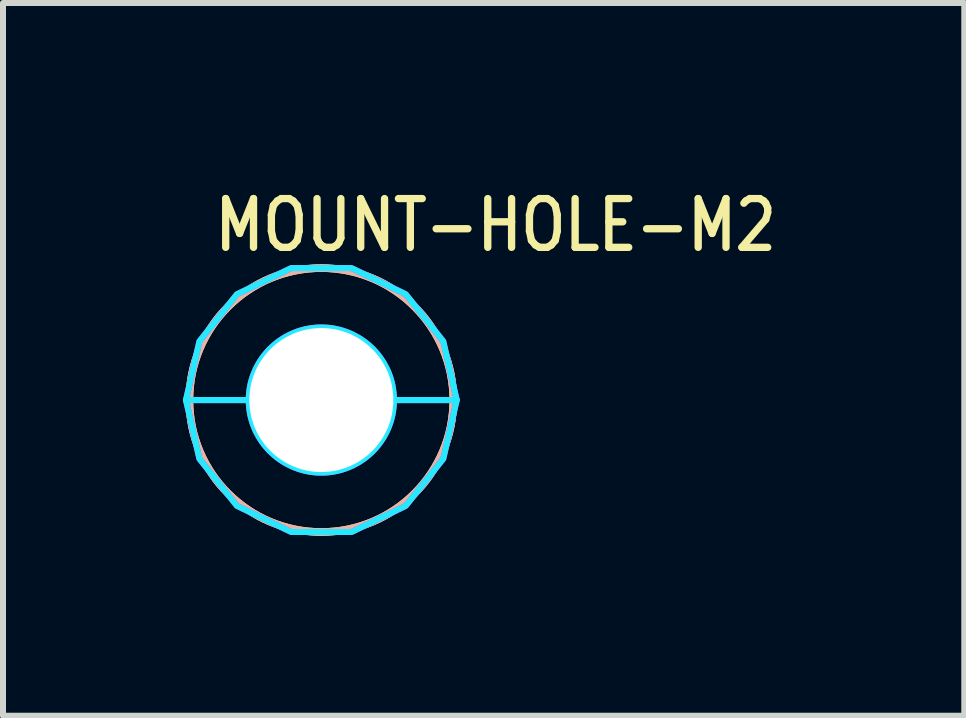
<source format=kicad_pcb>
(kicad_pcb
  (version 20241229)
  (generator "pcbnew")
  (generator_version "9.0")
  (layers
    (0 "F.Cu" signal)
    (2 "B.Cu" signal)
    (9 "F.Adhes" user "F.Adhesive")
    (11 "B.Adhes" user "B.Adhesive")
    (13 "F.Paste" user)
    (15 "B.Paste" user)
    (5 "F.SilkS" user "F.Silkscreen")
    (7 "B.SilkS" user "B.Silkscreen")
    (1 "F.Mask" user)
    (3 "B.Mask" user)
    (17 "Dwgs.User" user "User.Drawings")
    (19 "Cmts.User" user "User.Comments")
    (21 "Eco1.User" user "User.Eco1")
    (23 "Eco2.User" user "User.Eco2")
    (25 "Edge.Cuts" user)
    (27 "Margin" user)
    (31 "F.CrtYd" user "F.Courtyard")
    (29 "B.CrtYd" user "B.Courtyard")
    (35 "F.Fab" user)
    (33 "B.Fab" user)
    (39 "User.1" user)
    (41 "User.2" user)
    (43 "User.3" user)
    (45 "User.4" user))
  (footprint "MOUNT-HOLE-M2"
    (layer "F.Cu")
    (at 2.307 3.619)
    (property "Reference" "MOUNT-HOLE-M2" (at -1.84 -2.44 0) (unlocked yes) (layer "F.SilkS") (effects (font (size 0.813 0.695) (thickness 0.122)) (justify left bottom)))
    (fp_circle (center 0 0) (end 2.1 0) (stroke (width 0) (type solid)) (fill yes) (layer "F.Mask"))
    (fp_circle (center 0 0) (end 2.2 0) (stroke (width 0) (type solid)) (fill yes) (layer "F.Mask"))
    (fp_circle (center 0 0) (end 2.2 0) (stroke (width 0) (type solid)) (fill yes) (layer "F.Mask"))
    (fp_circle (center 0 0) (end 2.1 0) (stroke (width 0) (type solid)) (fill yes) (layer "B.Mask"))
    (fp_circle (center 0 0) (end 2.2 0) (stroke (width 0) (type solid)) (fill yes) (layer "B.Mask"))
    (fp_circle (center 0 0) (end 2.2 0) (stroke (width 0.127) (type solid)) (fill no) (layer "F.SilkS"))
    (fp_circle (center 0 0) (end 2.2 0) (stroke (width 0.127) (type solid)) (fill no) (layer "B.SilkS"))
    (fp_poly (pts (xy -2.257 0) (xy -2.033 -0.979) (xy -1.407 -1.764) (xy -0.502 -2.2) (xy 0.502 -2.2) (xy 1.407 -1.764) (xy 2.033 -0.979) (xy 2.257 0) (xy 1.21 0) (xy 1.21 -0.000078) (xy 1.21 -0.019) (xy 1.21 -0.019) (xy 1.209 -0.038) (xy 1.209 -0.038) (xy 1.209 -0.057) (xy 1.209 -0.057) (xy 1.208 -0.076) (xy 1.208 -0.076) (xy 1.206 -0.095) (xy 1.206 -0.095) (xy 1.205 -0.114) (xy 1.205 -0.114) (xy 1.203 -0.133) (xy 1.203 -0.133) (xy 1.2 -0.152) (xy 1.2 -0.152) (xy 1.198 -0.17) (xy 1.198 -0.171) (xy 1.195 -0.189) (xy 1.195 -0.189) (xy 1.192 -0.208) (xy 1.192 -0.208) (xy 1.189 -0.227) (xy 1.189 -0.227) (xy 1.185 -0.245) (xy 1.185 -0.245) (xy 1.181 -0.264) (xy 1.181 -0.264) (xy 1.177 -0.282) (xy 1.177 -0.283) (xy 1.172 -0.301) (xy 1.172 -0.301) (xy 1.167 -0.319) (xy 1.167 -0.319) (xy 1.162 -0.338) (xy 1.162 -0.338) (xy 1.157 -0.356) (xy 1.156 -0.356) (xy 1.151 -0.374) (xy 1.151 -0.374) (xy 1.145 -0.392) (xy 1.145 -0.392) (xy 1.138 -0.41) (xy 1.138 -0.41) (xy 1.132 -0.428) (xy 1.132 -0.428) (xy 1.125 -0.445) (xy 1.125 -0.446) (xy 1.118 -0.463) (xy 1.118 -0.463) (xy 1.111 -0.48) (xy 1.11 -0.481) (xy 1.103 -0.498) (xy 1.103 -0.498) (xy 1.095 -0.515) (xy 1.095 -0.515) (xy 1.087 -0.532) (xy 1.087 -0.532) (xy 1.078 -0.549) (xy 1.078 -0.549) (xy 1.069 -0.566) (xy 1.069 -0.566) (xy 1.06 -0.583) (xy 1.06 -0.583) (xy 1.051 -0.599) (xy 1.051 -0.6) (xy 1.042 -0.616) (xy 1.041 -0.616) (xy 1.032 -0.632) (xy 1.032 -0.632) (xy 1.022 -0.648) (xy 1.022 -0.648) (xy 1.011 -0.664) (xy 1.011 -0.664) (xy 1.001 -0.68) (xy 1.001 -0.68) (xy 0.99 -0.696) (xy 0.99 -0.696) (xy 0.979 -0.711) (xy 0.979 -0.711) (xy 0.968 -0.726) (xy 0.968 -0.727) (xy 0.956 -0.742) (xy 0.956 -0.742) (xy 0.944 -0.756) (xy 0.944 -0.757) (xy 0.932 -0.771) (xy 0.932 -0.771) (xy 0.92 -0.786) (xy 0.92 -0.786) (xy 0.908 -0.8) (xy 0.908 -0.8) (xy 0.895 -0.814) (xy 0.895 -0.814) (xy 0.882 -0.828) (xy 0.882 -0.828) (xy 0.869 -0.842) (xy 0.869 -0.842) (xy 0.856 -0.856) (xy 0.856 -0.856) (xy 0.842 -0.869) (xy 0.842 -0.869) (xy 0.828 -0.882) (xy 0.828 -0.882) (xy 0.814 -0.895) (xy 0.814 -0.895) (xy 0.8 -0.908) (xy 0.8 -0.908) (xy 0.786 -0.92) (xy 0.786 -0.92) (xy 0.771 -0.932) (xy 0.771 -0.932) (xy 0.757 -0.944) (xy 0.756 -0.944) (xy 0.742 -0.956) (xy 0.742 -0.956) (xy 0.727 -0.968) (xy 0.726 -0.968) (xy 0.711 -0.979) (xy 0.711 -0.979) (xy 0.696 -0.99) (xy 0.696 -0.99) (xy 0.68 -1.001) (xy 0.68 -1.001) (xy 0.664 -1.011) (xy 0.664 -1.011) (xy 0.648 -1.022) (xy 0.648 -1.022) (xy 0.632 -1.032) (xy 0.632 -1.032) (xy 0.616 -1.041) (xy 0.616 -1.042) (xy 0.6 -1.051) (xy 0.599 -1.051) (xy 0.583 -1.06) (xy 0.583 -1.06) (xy 0.566 -1.069) (xy 0.566 -1.069) (xy 0.549 -1.078) (xy 0.549 -1.078) (xy 0.532 -1.087) (xy 0.532 -1.087) (xy 0.515 -1.095) (xy 0.515 -1.095) (xy 0.498 -1.103) (xy 0.498 -1.103) (xy 0.481 -1.11) (xy 0.48 -1.111) (xy 0.463 -1.118) (xy 0.463 -1.118) (xy 0.446 -1.125) (xy 0.445 -1.125) (xy 0.428 -1.132) (xy 0.428 -1.132) (xy 0.41 -1.138) (xy 0.41 -1.138) (xy 0.392 -1.145) (xy 0.392 -1.145) (xy 0.374 -1.151) (xy 0.374 -1.151) (xy 0.356 -1.156) (xy 0.356 -1.157) (xy 0.338 -1.162) (xy 0.338 -1.162) (xy 0.319 -1.167) (xy 0.319 -1.167) (xy 0.301 -1.172) (xy 0.301 -1.172) (xy 0.283 -1.177) (xy 0.282 -1.177) (xy 0.264 -1.181) (xy 0.264 -1.181) (xy 0.245 -1.185) (xy 0.245 -1.185) (xy 0.227 -1.189) (xy 0.227 -1.189) (xy 0.208 -1.192) (xy 0.208 -1.192) (xy 0.189 -1.195) (xy 0.189 -1.195) (xy 0.171 -1.198) (xy 0.17 -1.198) (xy 0.152 -1.2) (xy 0.152 -1.2) (xy 0.133 -1.203) (xy 0.133 -1.203) (xy 0.114 -1.205) (xy 0.114 -1.205) (xy 0.095 -1.206) (xy 0.095 -1.206) (xy 0.076 -1.208) (xy 0.076 -1.208) (xy 0.057 -1.209) (xy 0.057 -1.209) (xy 0.038 -1.209) (xy 0.038 -1.209) (xy 0.019 -1.21) (xy 0.019 -1.21) (xy 0.000078 -1.21) (xy -0.000078 -1.21) (xy -0.019 -1.21) (xy -0.019 -1.21) (xy -0.038 -1.209) (xy -0.038 -1.209) (xy -0.057 -1.209) (xy -0.057 -1.209) (xy -0.076 -1.208) (xy -0.076 -1.208) (xy -0.095 -1.206) (xy -0.095 -1.206) (xy -0.114 -1.205) (xy -0.114 -1.205) (xy -0.133 -1.203) (xy -0.133 -1.203) (xy -0.152 -1.2) (xy -0.152 -1.2) (xy -0.17 -1.198) (xy -0.171 -1.198) (xy -0.189 -1.195) (xy -0.189 -1.195) (xy -0.208 -1.192) (xy -0.208 -1.192) (xy -0.227 -1.189) (xy -0.227 -1.189) (xy -0.245 -1.185) (xy -0.245 -1.185) (xy -0.264 -1.181) (xy -0.264 -1.181) (xy -0.282 -1.177) (xy -0.283 -1.177) (xy -0.301 -1.172) (xy -0.301 -1.172) (xy -0.319 -1.167) (xy -0.319 -1.167) (xy -0.338 -1.162) (xy -0.338 -1.162) (xy -0.356 -1.157) (xy -0.356 -1.156) (xy -0.374 -1.151) (xy -0.374 -1.151) (xy -0.392 -1.145) (xy -0.392 -1.145) (xy -0.41 -1.138) (xy -0.41 -1.138) (xy -0.428 -1.132) (xy -0.428 -1.132) (xy -0.445 -1.125) (xy -0.446 -1.125) (xy -0.463 -1.118) (xy -0.463 -1.118) (xy -0.48 -1.111) (xy -0.481 -1.11) (xy -0.498 -1.103) (xy -0.498 -1.103) (xy -0.515 -1.095) (xy -0.515 -1.095) (xy -0.532 -1.087) (xy -0.532 -1.087) (xy -0.549 -1.078) (xy -0.549 -1.078) (xy -0.566 -1.069) (xy -0.566 -1.069) (xy -0.583 -1.06) (xy -0.583 -1.06) (xy -0.599 -1.051) (xy -0.6 -1.051) (xy -0.616 -1.042) (xy -0.616 -1.041) (xy -0.632 -1.032) (xy -0.632 -1.032) (xy -0.648 -1.022) (xy -0.648 -1.022) (xy -0.664 -1.011) (xy -0.664 -1.011) (xy -0.68 -1.001) (xy -0.68 -1.001) (xy -0.696 -0.99) (xy -0.696 -0.99) (xy -0.711 -0.979) (xy -0.711 -0.979) (xy -0.726 -0.968) (xy -0.727 -0.968) (xy -0.742 -0.956) (xy -0.742 -0.956) (xy -0.756 -0.944) (xy -0.757 -0.944) (xy -0.771 -0.932) (xy -0.771 -0.932) (xy -0.786 -0.92) (xy -0.786 -0.92) (xy -0.8 -0.908) (xy -0.8 -0.908) (xy -0.814 -0.895) (xy -0.814 -0.895) (xy -0.828 -0.882) (xy -0.828 -0.882) (xy -0.842 -0.869) (xy -0.842 -0.869) (xy -0.856 -0.856) (xy -0.856 -0.856) (xy -0.869 -0.842) (xy -0.869 -0.842) (xy -0.882 -0.828) (xy -0.882 -0.828) (xy -0.895 -0.814) (xy -0.895 -0.814) (xy -0.908 -0.8) (xy -0.908 -0.8) (xy -0.92 -0.786) (xy -0.92 -0.786) (xy -0.932 -0.771) (xy -0.932 -0.771) (xy -0.944 -0.757) (xy -0.944 -0.756) (xy -0.956 -0.742) (xy -0.956 -0.742) (xy -0.968 -0.727) (xy -0.968 -0.726) (xy -0.979 -0.711) (xy -0.979 -0.711) (xy -0.99 -0.696) (xy -0.99 -0.696) (xy -1.001 -0.68) (xy -1.001 -0.68) (xy -1.011 -0.664) (xy -1.011 -0.664) (xy -1.022 -0.648) (xy -1.022 -0.648) (xy -1.032 -0.632) (xy -1.032 -0.632) (xy -1.041 -0.616) (xy -1.042 -0.616) (xy -1.051 -0.6) (xy -1.051 -0.599) (xy -1.06 -0.583) (xy -1.06 -0.583) (xy -1.069 -0.566) (xy -1.069 -0.566) (xy -1.078 -0.549) (xy -1.078 -0.549) (xy -1.087 -0.532) (xy -1.087 -0.532) (xy -1.095 -0.515) (xy -1.095 -0.515) (xy -1.103 -0.498) (xy -1.103 -0.498) (xy -1.11 -0.481) (xy -1.111 -0.48) (xy -1.118 -0.463) (xy -1.118 -0.463) (xy -1.125 -0.446) (xy -1.125 -0.445) (xy -1.132 -0.428) (xy -1.132 -0.428) (xy -1.138 -0.41) (xy -1.138 -0.41) (xy -1.145 -0.392) (xy -1.145 -0.392) (xy -1.151 -0.374) (xy -1.151 -0.374) (xy -1.156 -0.356) (xy -1.157 -0.356) (xy -1.162 -0.338) (xy -1.162 -0.338) (xy -1.167 -0.319) (xy -1.167 -0.319) (xy -1.172 -0.301) (xy -1.172 -0.301) (xy -1.177 -0.283) (xy -1.177 -0.282) (xy -1.181 -0.264) (xy -1.181 -0.264) (xy -1.185 -0.245) (xy -1.185 -0.245) (xy -1.189 -0.227) (xy -1.189 -0.227) (xy -1.192 -0.208) (xy -1.192 -0.208) (xy -1.195 -0.189) (xy -1.195 -0.189) (xy -1.198 -0.171) (xy -1.198 -0.17) (xy -1.2 -0.152) (xy -1.2 -0.152) (xy -1.203 -0.133) (xy -1.203 -0.133) (xy -1.205 -0.114) (xy -1.205 -0.114) (xy -1.206 -0.095) (xy -1.206 -0.095) (xy -1.208 -0.076) (xy -1.208 -0.076) (xy -1.209 -0.057) (xy -1.209 -0.057) (xy -1.209 -0.038) (xy -1.209 -0.038) (xy -1.21 -0.019) (xy -1.21 -0.019) (xy -1.21 -0.000078) (xy -1.21 0)) (stroke (width 0.1) (type solid)) (fill no) (layer "B.CrtYd"))
    (fp_poly (pts (xy 2.033 0.979) (xy 1.407 1.764) (xy 0.502 2.2) (xy -0.502 2.2) (xy -1.407 1.764) (xy -2.033 0.979) (xy -2.257 0) (xy -1.21 0) (xy -1.21 0.000078) (xy -1.21 0.019) (xy -1.21 0.019) (xy -1.209 0.038) (xy -1.209 0.038) (xy -1.209 0.057) (xy -1.209 0.057) (xy -1.208 0.076) (xy -1.208 0.076) (xy -1.206 0.095) (xy -1.206 0.095) (xy -1.205 0.114) (xy -1.205 0.114) (xy -1.203 0.133) (xy -1.203 0.133) (xy -1.2 0.152) (xy -1.2 0.152) (xy -1.198 0.17) (xy -1.198 0.171) (xy -1.195 0.189) (xy -1.195 0.189) (xy -1.192 0.208) (xy -1.192 0.208) (xy -1.189 0.227) (xy -1.189 0.227) (xy -1.185 0.245) (xy -1.185 0.245) (xy -1.181 0.264) (xy -1.181 0.264) (xy -1.177 0.282) (xy -1.177 0.283) (xy -1.172 0.301) (xy -1.172 0.301) (xy -1.167 0.319) (xy -1.167 0.319) (xy -1.162 0.338) (xy -1.162 0.338) (xy -1.157 0.356) (xy -1.156 0.356) (xy -1.151 0.374) (xy -1.151 0.374) (xy -1.145 0.392) (xy -1.145 0.392) (xy -1.138 0.41) (xy -1.138 0.41) (xy -1.132 0.428) (xy -1.132 0.428) (xy -1.125 0.445) (xy -1.125 0.446) (xy -1.118 0.463) (xy -1.118 0.463) (xy -1.111 0.48) (xy -1.11 0.481) (xy -1.103 0.498) (xy -1.103 0.498) (xy -1.095 0.515) (xy -1.095 0.515) (xy -1.087 0.532) (xy -1.087 0.532) (xy -1.078 0.549) (xy -1.078 0.549) (xy -1.069 0.566) (xy -1.069 0.566) (xy -1.06 0.583) (xy -1.06 0.583) (xy -1.051 0.599) (xy -1.051 0.6) (xy -1.042 0.616) (xy -1.041 0.616) (xy -1.032 0.632) (xy -1.032 0.632) (xy -1.022 0.648) (xy -1.022 0.648) (xy -1.011 0.664) (xy -1.011 0.664) (xy -1.001 0.68) (xy -1.001 0.68) (xy -0.99 0.696) (xy -0.99 0.696) (xy -0.979 0.711) (xy -0.979 0.711) (xy -0.968 0.726) (xy -0.968 0.727) (xy -0.956 0.742) (xy -0.956 0.742) (xy -0.944 0.756) (xy -0.944 0.757) (xy -0.932 0.771) (xy -0.932 0.771) (xy -0.92 0.786) (xy -0.92 0.786) (xy -0.908 0.8) (xy -0.908 0.8) (xy -0.895 0.814) (xy -0.895 0.814) (xy -0.882 0.828) (xy -0.882 0.828) (xy -0.869 0.842) (xy -0.869 0.842) (xy -0.856 0.856) (xy -0.856 0.856) (xy -0.842 0.869) (xy -0.842 0.869) (xy -0.828 0.882) (xy -0.828 0.882) (xy -0.814 0.895) (xy -0.814 0.895) (xy -0.8 0.908) (xy -0.8 0.908) (xy -0.786 0.92) (xy -0.786 0.92) (xy -0.771 0.932) (xy -0.771 0.932) (xy -0.757 0.944) (xy -0.756 0.944) (xy -0.742 0.956) (xy -0.742 0.956) (xy -0.727 0.968) (xy -0.726 0.968) (xy -0.711 0.979) (xy -0.711 0.979) (xy -0.696 0.99) (xy -0.696 0.99) (xy -0.68 1.001) (xy -0.68 1.001) (xy -0.664 1.011) (xy -0.664 1.011) (xy -0.648 1.022) (xy -0.648 1.022) (xy -0.632 1.032) (xy -0.632 1.032) (xy -0.616 1.041) (xy -0.616 1.042) (xy -0.6 1.051) (xy -0.599 1.051) (xy -0.583 1.06) (xy -0.583 1.06) (xy -0.566 1.069) (xy -0.566 1.069) (xy -0.549 1.078) (xy -0.549 1.078) (xy -0.532 1.087) (xy -0.532 1.087) (xy -0.515 1.095) (xy -0.515 1.095) (xy -0.498 1.103) (xy -0.498 1.103) (xy -0.481 1.11) (xy -0.48 1.111) (xy -0.463 1.118) (xy -0.463 1.118) (xy -0.446 1.125) (xy -0.445 1.125) (xy -0.428 1.132) (xy -0.428 1.132) (xy -0.41 1.138) (xy -0.41 1.138) (xy -0.392 1.145) (xy -0.392 1.145) (xy -0.374 1.151) (xy -0.374 1.151) (xy -0.356 1.156) (xy -0.356 1.157) (xy -0.338 1.162) (xy -0.338 1.162) (xy -0.319 1.167) (xy -0.319 1.167) (xy -0.301 1.172) (xy -0.301 1.172) (xy -0.283 1.177) (xy -0.282 1.177) (xy -0.264 1.181) (xy -0.264 1.181) (xy -0.245 1.185) (xy -0.245 1.185) (xy -0.227 1.189) (xy -0.227 1.189) (xy -0.208 1.192) (xy -0.208 1.192) (xy -0.189 1.195) (xy -0.189 1.195) (xy -0.171 1.198) (xy -0.17 1.198) (xy -0.152 1.2) (xy -0.152 1.2) (xy -0.133 1.203) (xy -0.133 1.203) (xy -0.114 1.205) (xy -0.114 1.205) (xy -0.095 1.206) (xy -0.095 1.206) (xy -0.076 1.208) (xy -0.076 1.208) (xy -0.057 1.209) (xy -0.057 1.209) (xy -0.038 1.209) (xy -0.038 1.209) (xy -0.019 1.21) (xy -0.019 1.21) (xy -0.000078 1.21) (xy 0.000078 1.21) (xy 0.019 1.21) (xy 0.019 1.21) (xy 0.038 1.209) (xy 0.038 1.209) (xy 0.057 1.209) (xy 0.057 1.209) (xy 0.076 1.208) (xy 0.076 1.208) (xy 0.095 1.206) (xy 0.095 1.206) (xy 0.114 1.205) (xy 0.114 1.205) (xy 0.133 1.203) (xy 0.133 1.203) (xy 0.152 1.2) (xy 0.152 1.2) (xy 0.17 1.198) (xy 0.171 1.198) (xy 0.189 1.195) (xy 0.189 1.195) (xy 0.208 1.192) (xy 0.208 1.192) (xy 0.227 1.189) (xy 0.227 1.189) (xy 0.245 1.185) (xy 0.245 1.185) (xy 0.264 1.181) (xy 0.264 1.181) (xy 0.282 1.177) (xy 0.283 1.177) (xy 0.301 1.172) (xy 0.301 1.172) (xy 0.319 1.167) (xy 0.319 1.167) (xy 0.338 1.162) (xy 0.338 1.162) (xy 0.356 1.157) (xy 0.356 1.156) (xy 0.374 1.151) (xy 0.374 1.151) (xy 0.392 1.145) (xy 0.392 1.145) (xy 0.41 1.138) (xy 0.41 1.138) (xy 0.428 1.132) (xy 0.428 1.132) (xy 0.445 1.125) (xy 0.446 1.125) (xy 0.463 1.118) (xy 0.463 1.118) (xy 0.48 1.111) (xy 0.481 1.11) (xy 0.498 1.103) (xy 0.498 1.103) (xy 0.515 1.095) (xy 0.515 1.095) (xy 0.532 1.087) (xy 0.532 1.087) (xy 0.549 1.078) (xy 0.549 1.078) (xy 0.566 1.069) (xy 0.566 1.069) (xy 0.583 1.06) (xy 0.583 1.06) (xy 0.599 1.051) (xy 0.6 1.051) (xy 0.616 1.042) (xy 0.616 1.041) (xy 0.632 1.032) (xy 0.632 1.032) (xy 0.648 1.022) (xy 0.648 1.022) (xy 0.664 1.011) (xy 0.664 1.011) (xy 0.68 1.001) (xy 0.68 1.001) (xy 0.696 0.99) (xy 0.696 0.99) (xy 0.711 0.979) (xy 0.711 0.979) (xy 0.726 0.968) (xy 0.727 0.968) (xy 0.742 0.956) (xy 0.742 0.956) (xy 0.756 0.944) (xy 0.757 0.944) (xy 0.771 0.932) (xy 0.771 0.932) (xy 0.786 0.92) (xy 0.786 0.92) (xy 0.8 0.908) (xy 0.8 0.908) (xy 0.814 0.895) (xy 0.814 0.895) (xy 0.828 0.882) (xy 0.828 0.882) (xy 0.842 0.869) (xy 0.842 0.869) (xy 0.856 0.856) (xy 0.856 0.856) (xy 0.869 0.842) (xy 0.869 0.842) (xy 0.882 0.828) (xy 0.882 0.828) (xy 0.895 0.814) (xy 0.895 0.814) (xy 0.908 0.8) (xy 0.908 0.8) (xy 0.92 0.786) (xy 0.92 0.786) (xy 0.932 0.771) (xy 0.932 0.771) (xy 0.944 0.757) (xy 0.944 0.756) (xy 0.956 0.742) (xy 0.956 0.742) (xy 0.968 0.727) (xy 0.968 0.726) (xy 0.979 0.711) (xy 0.979 0.711) (xy 0.99 0.696) (xy 0.99 0.696) (xy 1.001 0.68) (xy 1.001 0.68) (xy 1.011 0.664) (xy 1.011 0.664) (xy 1.022 0.648) (xy 1.022 0.648) (xy 1.032 0.632) (xy 1.032 0.632) (xy 1.041 0.616) (xy 1.042 0.616) (xy 1.051 0.6) (xy 1.051 0.599) (xy 1.06 0.583) (xy 1.06 0.583) (xy 1.069 0.566) (xy 1.069 0.566) (xy 1.078 0.549) (xy 1.078 0.549) (xy 1.087 0.532) (xy 1.087 0.532) (xy 1.095 0.515) (xy 1.095 0.515) (xy 1.103 0.498) (xy 1.103 0.498) (xy 1.11 0.481) (xy 1.111 0.48) (xy 1.118 0.463) (xy 1.118 0.463) (xy 1.125 0.446) (xy 1.125 0.445) (xy 1.132 0.428) (xy 1.132 0.428) (xy 1.138 0.41) (xy 1.138 0.41) (xy 1.145 0.392) (xy 1.145 0.392) (xy 1.151 0.374) (xy 1.151 0.374) (xy 1.156 0.356) (xy 1.157 0.356) (xy 1.162 0.338) (xy 1.162 0.338) (xy 1.167 0.319) (xy 1.167 0.319) (xy 1.172 0.301) (xy 1.172 0.301) (xy 1.177 0.283) (xy 1.177 0.282) (xy 1.181 0.264) (xy 1.181 0.264) (xy 1.185 0.245) (xy 1.185 0.245) (xy 1.189 0.227) (xy 1.189 0.227) (xy 1.192 0.208) (xy 1.192 0.208) (xy 1.195 0.189) (xy 1.195 0.189) (xy 1.198 0.171) (xy 1.198 0.17) (xy 1.2 0.152) (xy 1.2 0.152) (xy 1.203 0.133) (xy 1.203 0.133) (xy 1.205 0.114) (xy 1.205 0.114) (xy 1.206 0.095) (xy 1.206 0.095) (xy 1.208 0.076) (xy 1.208 0.076) (xy 1.209 0.057) (xy 1.209 0.057) (xy 1.209 0.038) (xy 1.209 0.038) (xy 1.21 0.019) (xy 1.21 0.019) (xy 1.21 0.000078) (xy 1.21 0) (xy 2.257 0)) (stroke (width 0.1) (type solid)) (fill no) (layer "B.CrtYd"))
    (fp_poly (pts (xy -2.257 0) (xy -2.033 -0.979) (xy -1.407 -1.764) (xy -0.502 -2.2) (xy 0.502 -2.2) (xy 1.407 -1.764) (xy 2.033 -0.979) (xy 2.257 0) (xy 1.21 0) (xy 1.21 -0.000078) (xy 1.21 -0.019) (xy 1.21 -0.019) (xy 1.209 -0.038) (xy 1.209 -0.038) (xy 1.209 -0.057) (xy 1.209 -0.057) (xy 1.208 -0.076) (xy 1.208 -0.076) (xy 1.206 -0.095) (xy 1.206 -0.095) (xy 1.205 -0.114) (xy 1.205 -0.114) (xy 1.203 -0.133) (xy 1.203 -0.133) (xy 1.2 -0.152) (xy 1.2 -0.152) (xy 1.198 -0.17) (xy 1.198 -0.171) (xy 1.195 -0.189) (xy 1.195 -0.189) (xy 1.192 -0.208) (xy 1.192 -0.208) (xy 1.189 -0.227) (xy 1.189 -0.227) (xy 1.185 -0.245) (xy 1.185 -0.245) (xy 1.181 -0.264) (xy 1.181 -0.264) (xy 1.177 -0.282) (xy 1.177 -0.283) (xy 1.172 -0.301) (xy 1.172 -0.301) (xy 1.167 -0.319) (xy 1.167 -0.319) (xy 1.162 -0.338) (xy 1.162 -0.338) (xy 1.157 -0.356) (xy 1.156 -0.356) (xy 1.151 -0.374) (xy 1.151 -0.374) (xy 1.145 -0.392) (xy 1.145 -0.392) (xy 1.138 -0.41) (xy 1.138 -0.41) (xy 1.132 -0.428) (xy 1.132 -0.428) (xy 1.125 -0.445) (xy 1.125 -0.446) (xy 1.118 -0.463) (xy 1.118 -0.463) (xy 1.111 -0.48) (xy 1.11 -0.481) (xy 1.103 -0.498) (xy 1.103 -0.498) (xy 1.095 -0.515) (xy 1.095 -0.515) (xy 1.087 -0.532) (xy 1.087 -0.532) (xy 1.078 -0.549) (xy 1.078 -0.549) (xy 1.069 -0.566) (xy 1.069 -0.566) (xy 1.06 -0.583) (xy 1.06 -0.583) (xy 1.051 -0.599) (xy 1.051 -0.6) (xy 1.042 -0.616) (xy 1.041 -0.616) (xy 1.032 -0.632) (xy 1.032 -0.632) (xy 1.022 -0.648) (xy 1.022 -0.648) (xy 1.011 -0.664) (xy 1.011 -0.664) (xy 1.001 -0.68) (xy 1.001 -0.68) (xy 0.99 -0.696) (xy 0.99 -0.696) (xy 0.979 -0.711) (xy 0.979 -0.711) (xy 0.968 -0.726) (xy 0.968 -0.727) (xy 0.956 -0.742) (xy 0.956 -0.742) (xy 0.944 -0.756) (xy 0.944 -0.757) (xy 0.932 -0.771) (xy 0.932 -0.771) (xy 0.92 -0.786) (xy 0.92 -0.786) (xy 0.908 -0.8) (xy 0.908 -0.8) (xy 0.895 -0.814) (xy 0.895 -0.814) (xy 0.882 -0.828) (xy 0.882 -0.828) (xy 0.869 -0.842) (xy 0.869 -0.842) (xy 0.856 -0.856) (xy 0.856 -0.856) (xy 0.842 -0.869) (xy 0.842 -0.869) (xy 0.828 -0.882) (xy 0.828 -0.882) (xy 0.814 -0.895) (xy 0.814 -0.895) (xy 0.8 -0.908) (xy 0.8 -0.908) (xy 0.786 -0.92) (xy 0.786 -0.92) (xy 0.771 -0.932) (xy 0.771 -0.932) (xy 0.757 -0.944) (xy 0.756 -0.944) (xy 0.742 -0.956) (xy 0.742 -0.956) (xy 0.727 -0.968) (xy 0.726 -0.968) (xy 0.711 -0.979) (xy 0.711 -0.979) (xy 0.696 -0.99) (xy 0.696 -0.99) (xy 0.68 -1.001) (xy 0.68 -1.001) (xy 0.664 -1.011) (xy 0.664 -1.011) (xy 0.648 -1.022) (xy 0.648 -1.022) (xy 0.632 -1.032) (xy 0.632 -1.032) (xy 0.616 -1.041) (xy 0.616 -1.042) (xy 0.6 -1.051) (xy 0.599 -1.051) (xy 0.583 -1.06) (xy 0.583 -1.06) (xy 0.566 -1.069) (xy 0.566 -1.069) (xy 0.549 -1.078) (xy 0.549 -1.078) (xy 0.532 -1.087) (xy 0.532 -1.087) (xy 0.515 -1.095) (xy 0.515 -1.095) (xy 0.498 -1.103) (xy 0.498 -1.103) (xy 0.481 -1.11) (xy 0.48 -1.111) (xy 0.463 -1.118) (xy 0.463 -1.118) (xy 0.446 -1.125) (xy 0.445 -1.125) (xy 0.428 -1.132) (xy 0.428 -1.132) (xy 0.41 -1.138) (xy 0.41 -1.138) (xy 0.392 -1.145) (xy 0.392 -1.145) (xy 0.374 -1.151) (xy 0.374 -1.151) (xy 0.356 -1.156) (xy 0.356 -1.157) (xy 0.338 -1.162) (xy 0.338 -1.162) (xy 0.319 -1.167) (xy 0.319 -1.167) (xy 0.301 -1.172) (xy 0.301 -1.172) (xy 0.283 -1.177) (xy 0.282 -1.177) (xy 0.264 -1.181) (xy 0.264 -1.181) (xy 0.245 -1.185) (xy 0.245 -1.185) (xy 0.227 -1.189) (xy 0.227 -1.189) (xy 0.208 -1.192) (xy 0.208 -1.192) (xy 0.189 -1.195) (xy 0.189 -1.195) (xy 0.171 -1.198) (xy 0.17 -1.198) (xy 0.152 -1.2) (xy 0.152 -1.2) (xy 0.133 -1.203) (xy 0.133 -1.203) (xy 0.114 -1.205) (xy 0.114 -1.205) (xy 0.095 -1.206) (xy 0.095 -1.206) (xy 0.076 -1.208) (xy 0.076 -1.208) (xy 0.057 -1.209) (xy 0.057 -1.209) (xy 0.038 -1.209) (xy 0.038 -1.209) (xy 0.019 -1.21) (xy 0.019 -1.21) (xy 0.000078 -1.21) (xy -0.000078 -1.21) (xy -0.019 -1.21) (xy -0.019 -1.21) (xy -0.038 -1.209) (xy -0.038 -1.209) (xy -0.057 -1.209) (xy -0.057 -1.209) (xy -0.076 -1.208) (xy -0.076 -1.208) (xy -0.095 -1.206) (xy -0.095 -1.206) (xy -0.114 -1.205) (xy -0.114 -1.205) (xy -0.133 -1.203) (xy -0.133 -1.203) (xy -0.152 -1.2) (xy -0.152 -1.2) (xy -0.17 -1.198) (xy -0.171 -1.198) (xy -0.189 -1.195) (xy -0.189 -1.195) (xy -0.208 -1.192) (xy -0.208 -1.192) (xy -0.227 -1.189) (xy -0.227 -1.189) (xy -0.245 -1.185) (xy -0.245 -1.185) (xy -0.264 -1.181) (xy -0.264 -1.181) (xy -0.282 -1.177) (xy -0.283 -1.177) (xy -0.301 -1.172) (xy -0.301 -1.172) (xy -0.319 -1.167) (xy -0.319 -1.167) (xy -0.338 -1.162) (xy -0.338 -1.162) (xy -0.356 -1.157) (xy -0.356 -1.156) (xy -0.374 -1.151) (xy -0.374 -1.151) (xy -0.392 -1.145) (xy -0.392 -1.145) (xy -0.41 -1.138) (xy -0.41 -1.138) (xy -0.428 -1.132) (xy -0.428 -1.132) (xy -0.445 -1.125) (xy -0.446 -1.125) (xy -0.463 -1.118) (xy -0.463 -1.118) (xy -0.48 -1.111) (xy -0.481 -1.11) (xy -0.498 -1.103) (xy -0.498 -1.103) (xy -0.515 -1.095) (xy -0.515 -1.095) (xy -0.532 -1.087) (xy -0.532 -1.087) (xy -0.549 -1.078) (xy -0.549 -1.078) (xy -0.566 -1.069) (xy -0.566 -1.069) (xy -0.583 -1.06) (xy -0.583 -1.06) (xy -0.599 -1.051) (xy -0.6 -1.051) (xy -0.616 -1.042) (xy -0.616 -1.041) (xy -0.632 -1.032) (xy -0.632 -1.032) (xy -0.648 -1.022) (xy -0.648 -1.022) (xy -0.664 -1.011) (xy -0.664 -1.011) (xy -0.68 -1.001) (xy -0.68 -1.001) (xy -0.696 -0.99) (xy -0.696 -0.99) (xy -0.711 -0.979) (xy -0.711 -0.979) (xy -0.726 -0.968) (xy -0.727 -0.968) (xy -0.742 -0.956) (xy -0.742 -0.956) (xy -0.756 -0.944) (xy -0.757 -0.944) (xy -0.771 -0.932) (xy -0.771 -0.932) (xy -0.786 -0.92) (xy -0.786 -0.92) (xy -0.8 -0.908) (xy -0.8 -0.908) (xy -0.814 -0.895) (xy -0.814 -0.895) (xy -0.828 -0.882) (xy -0.828 -0.882) (xy -0.842 -0.869) (xy -0.842 -0.869) (xy -0.856 -0.856) (xy -0.856 -0.856) (xy -0.869 -0.842) (xy -0.869 -0.842) (xy -0.882 -0.828) (xy -0.882 -0.828) (xy -0.895 -0.814) (xy -0.895 -0.814) (xy -0.908 -0.8) (xy -0.908 -0.8) (xy -0.92 -0.786) (xy -0.92 -0.786) (xy -0.932 -0.771) (xy -0.932 -0.771) (xy -0.944 -0.757) (xy -0.944 -0.756) (xy -0.956 -0.742) (xy -0.956 -0.742) (xy -0.968 -0.727) (xy -0.968 -0.726) (xy -0.979 -0.711) (xy -0.979 -0.711) (xy -0.99 -0.696) (xy -0.99 -0.696) (xy -1.001 -0.68) (xy -1.001 -0.68) (xy -1.011 -0.664) (xy -1.011 -0.664) (xy -1.022 -0.648) (xy -1.022 -0.648) (xy -1.032 -0.632) (xy -1.032 -0.632) (xy -1.041 -0.616) (xy -1.042 -0.616) (xy -1.051 -0.6) (xy -1.051 -0.599) (xy -1.06 -0.583) (xy -1.06 -0.583) (xy -1.069 -0.566) (xy -1.069 -0.566) (xy -1.078 -0.549) (xy -1.078 -0.549) (xy -1.087 -0.532) (xy -1.087 -0.532) (xy -1.095 -0.515) (xy -1.095 -0.515) (xy -1.103 -0.498) (xy -1.103 -0.498) (xy -1.11 -0.481) (xy -1.111 -0.48) (xy -1.118 -0.463) (xy -1.118 -0.463) (xy -1.125 -0.446) (xy -1.125 -0.445) (xy -1.132 -0.428) (xy -1.132 -0.428) (xy -1.138 -0.41) (xy -1.138 -0.41) (xy -1.145 -0.392) (xy -1.145 -0.392) (xy -1.151 -0.374) (xy -1.151 -0.374) (xy -1.156 -0.356) (xy -1.157 -0.356) (xy -1.162 -0.338) (xy -1.162 -0.338) (xy -1.167 -0.319) (xy -1.167 -0.319) (xy -1.172 -0.301) (xy -1.172 -0.301) (xy -1.177 -0.283) (xy -1.177 -0.282) (xy -1.181 -0.264) (xy -1.181 -0.264) (xy -1.185 -0.245) (xy -1.185 -0.245) (xy -1.189 -0.227) (xy -1.189 -0.227) (xy -1.192 -0.208) (xy -1.192 -0.208) (xy -1.195 -0.189) (xy -1.195 -0.189) (xy -1.198 -0.171) (xy -1.198 -0.17) (xy -1.2 -0.152) (xy -1.2 -0.152) (xy -1.203 -0.133) (xy -1.203 -0.133) (xy -1.205 -0.114) (xy -1.205 -0.114) (xy -1.206 -0.095) (xy -1.206 -0.095) (xy -1.208 -0.076) (xy -1.208 -0.076) (xy -1.209 -0.057) (xy -1.209 -0.057) (xy -1.209 -0.038) (xy -1.209 -0.038) (xy -1.21 -0.019) (xy -1.21 -0.019) (xy -1.21 -0.000078) (xy -1.21 0)) (stroke (width 0.1) (type solid)) (fill no) (layer "F.CrtYd"))
    (fp_poly (pts (xy 2.033 0.979) (xy 1.407 1.764) (xy 0.502 2.2) (xy -0.502 2.2) (xy -1.407 1.764) (xy -2.033 0.979) (xy -2.257 0) (xy -1.21 0) (xy -1.21 0.000078) (xy -1.21 0.019) (xy -1.21 0.019) (xy -1.209 0.038) (xy -1.209 0.038) (xy -1.209 0.057) (xy -1.209 0.057) (xy -1.208 0.076) (xy -1.208 0.076) (xy -1.206 0.095) (xy -1.206 0.095) (xy -1.205 0.114) (xy -1.205 0.114) (xy -1.203 0.133) (xy -1.203 0.133) (xy -1.2 0.152) (xy -1.2 0.152) (xy -1.198 0.17) (xy -1.198 0.171) (xy -1.195 0.189) (xy -1.195 0.189) (xy -1.192 0.208) (xy -1.192 0.208) (xy -1.189 0.227) (xy -1.189 0.227) (xy -1.185 0.245) (xy -1.185 0.245) (xy -1.181 0.264) (xy -1.181 0.264) (xy -1.177 0.282) (xy -1.177 0.283) (xy -1.172 0.301) (xy -1.172 0.301) (xy -1.167 0.319) (xy -1.167 0.319) (xy -1.162 0.338) (xy -1.162 0.338) (xy -1.157 0.356) (xy -1.156 0.356) (xy -1.151 0.374) (xy -1.151 0.374) (xy -1.145 0.392) (xy -1.145 0.392) (xy -1.138 0.41) (xy -1.138 0.41) (xy -1.132 0.428) (xy -1.132 0.428) (xy -1.125 0.445) (xy -1.125 0.446) (xy -1.118 0.463) (xy -1.118 0.463) (xy -1.111 0.48) (xy -1.11 0.481) (xy -1.103 0.498) (xy -1.103 0.498) (xy -1.095 0.515) (xy -1.095 0.515) (xy -1.087 0.532) (xy -1.087 0.532) (xy -1.078 0.549) (xy -1.078 0.549) (xy -1.069 0.566) (xy -1.069 0.566) (xy -1.06 0.583) (xy -1.06 0.583) (xy -1.051 0.599) (xy -1.051 0.6) (xy -1.042 0.616) (xy -1.041 0.616) (xy -1.032 0.632) (xy -1.032 0.632) (xy -1.022 0.648) (xy -1.022 0.648) (xy -1.011 0.664) (xy -1.011 0.664) (xy -1.001 0.68) (xy -1.001 0.68) (xy -0.99 0.696) (xy -0.99 0.696) (xy -0.979 0.711) (xy -0.979 0.711) (xy -0.968 0.726) (xy -0.968 0.727) (xy -0.956 0.742) (xy -0.956 0.742) (xy -0.944 0.756) (xy -0.944 0.757) (xy -0.932 0.771) (xy -0.932 0.771) (xy -0.92 0.786) (xy -0.92 0.786) (xy -0.908 0.8) (xy -0.908 0.8) (xy -0.895 0.814) (xy -0.895 0.814) (xy -0.882 0.828) (xy -0.882 0.828) (xy -0.869 0.842) (xy -0.869 0.842) (xy -0.856 0.856) (xy -0.856 0.856) (xy -0.842 0.869) (xy -0.842 0.869) (xy -0.828 0.882) (xy -0.828 0.882) (xy -0.814 0.895) (xy -0.814 0.895) (xy -0.8 0.908) (xy -0.8 0.908) (xy -0.786 0.92) (xy -0.786 0.92) (xy -0.771 0.932) (xy -0.771 0.932) (xy -0.757 0.944) (xy -0.756 0.944) (xy -0.742 0.956) (xy -0.742 0.956) (xy -0.727 0.968) (xy -0.726 0.968) (xy -0.711 0.979) (xy -0.711 0.979) (xy -0.696 0.99) (xy -0.696 0.99) (xy -0.68 1.001) (xy -0.68 1.001) (xy -0.664 1.011) (xy -0.664 1.011) (xy -0.648 1.022) (xy -0.648 1.022) (xy -0.632 1.032) (xy -0.632 1.032) (xy -0.616 1.041) (xy -0.616 1.042) (xy -0.6 1.051) (xy -0.599 1.051) (xy -0.583 1.06) (xy -0.583 1.06) (xy -0.566 1.069) (xy -0.566 1.069) (xy -0.549 1.078) (xy -0.549 1.078) (xy -0.532 1.087) (xy -0.532 1.087) (xy -0.515 1.095) (xy -0.515 1.095) (xy -0.498 1.103) (xy -0.498 1.103) (xy -0.481 1.11) (xy -0.48 1.111) (xy -0.463 1.118) (xy -0.463 1.118) (xy -0.446 1.125) (xy -0.445 1.125) (xy -0.428 1.132) (xy -0.428 1.132) (xy -0.41 1.138) (xy -0.41 1.138) (xy -0.392 1.145) (xy -0.392 1.145) (xy -0.374 1.151) (xy -0.374 1.151) (xy -0.356 1.156) (xy -0.356 1.157) (xy -0.338 1.162) (xy -0.338 1.162) (xy -0.319 1.167) (xy -0.319 1.167) (xy -0.301 1.172) (xy -0.301 1.172) (xy -0.283 1.177) (xy -0.282 1.177) (xy -0.264 1.181) (xy -0.264 1.181) (xy -0.245 1.185) (xy -0.245 1.185) (xy -0.227 1.189) (xy -0.227 1.189) (xy -0.208 1.192) (xy -0.208 1.192) (xy -0.189 1.195) (xy -0.189 1.195) (xy -0.171 1.198) (xy -0.17 1.198) (xy -0.152 1.2) (xy -0.152 1.2) (xy -0.133 1.203) (xy -0.133 1.203) (xy -0.114 1.205) (xy -0.114 1.205) (xy -0.095 1.206) (xy -0.095 1.206) (xy -0.076 1.208) (xy -0.076 1.208) (xy -0.057 1.209) (xy -0.057 1.209) (xy -0.038 1.209) (xy -0.038 1.209) (xy -0.019 1.21) (xy -0.019 1.21) (xy -0.000078 1.21) (xy 0.000078 1.21) (xy 0.019 1.21) (xy 0.019 1.21) (xy 0.038 1.209) (xy 0.038 1.209) (xy 0.057 1.209) (xy 0.057 1.209) (xy 0.076 1.208) (xy 0.076 1.208) (xy 0.095 1.206) (xy 0.095 1.206) (xy 0.114 1.205) (xy 0.114 1.205) (xy 0.133 1.203) (xy 0.133 1.203) (xy 0.152 1.2) (xy 0.152 1.2) (xy 0.17 1.198) (xy 0.171 1.198) (xy 0.189 1.195) (xy 0.189 1.195) (xy 0.208 1.192) (xy 0.208 1.192) (xy 0.227 1.189) (xy 0.227 1.189) (xy 0.245 1.185) (xy 0.245 1.185) (xy 0.264 1.181) (xy 0.264 1.181) (xy 0.282 1.177) (xy 0.283 1.177) (xy 0.301 1.172) (xy 0.301 1.172) (xy 0.319 1.167) (xy 0.319 1.167) (xy 0.338 1.162) (xy 0.338 1.162) (xy 0.356 1.157) (xy 0.356 1.156) (xy 0.374 1.151) (xy 0.374 1.151) (xy 0.392 1.145) (xy 0.392 1.145) (xy 0.41 1.138) (xy 0.41 1.138) (xy 0.428 1.132) (xy 0.428 1.132) (xy 0.445 1.125) (xy 0.446 1.125) (xy 0.463 1.118) (xy 0.463 1.118) (xy 0.48 1.111) (xy 0.481 1.11) (xy 0.498 1.103) (xy 0.498 1.103) (xy 0.515 1.095) (xy 0.515 1.095) (xy 0.532 1.087) (xy 0.532 1.087) (xy 0.549 1.078) (xy 0.549 1.078) (xy 0.566 1.069) (xy 0.566 1.069) (xy 0.583 1.06) (xy 0.583 1.06) (xy 0.599 1.051) (xy 0.6 1.051) (xy 0.616 1.042) (xy 0.616 1.041) (xy 0.632 1.032) (xy 0.632 1.032) (xy 0.648 1.022) (xy 0.648 1.022) (xy 0.664 1.011) (xy 0.664 1.011) (xy 0.68 1.001) (xy 0.68 1.001) (xy 0.696 0.99) (xy 0.696 0.99) (xy 0.711 0.979) (xy 0.711 0.979) (xy 0.726 0.968) (xy 0.727 0.968) (xy 0.742 0.956) (xy 0.742 0.956) (xy 0.756 0.944) (xy 0.757 0.944) (xy 0.771 0.932) (xy 0.771 0.932) (xy 0.786 0.92) (xy 0.786 0.92) (xy 0.8 0.908) (xy 0.8 0.908) (xy 0.814 0.895) (xy 0.814 0.895) (xy 0.828 0.882) (xy 0.828 0.882) (xy 0.842 0.869) (xy 0.842 0.869) (xy 0.856 0.856) (xy 0.856 0.856) (xy 0.869 0.842) (xy 0.869 0.842) (xy 0.882 0.828) (xy 0.882 0.828) (xy 0.895 0.814) (xy 0.895 0.814) (xy 0.908 0.8) (xy 0.908 0.8) (xy 0.92 0.786) (xy 0.92 0.786) (xy 0.932 0.771) (xy 0.932 0.771) (xy 0.944 0.757) (xy 0.944 0.756) (xy 0.956 0.742) (xy 0.956 0.742) (xy 0.968 0.727) (xy 0.968 0.726) (xy 0.979 0.711) (xy 0.979 0.711) (xy 0.99 0.696) (xy 0.99 0.696) (xy 1.001 0.68) (xy 1.001 0.68) (xy 1.011 0.664) (xy 1.011 0.664) (xy 1.022 0.648) (xy 1.022 0.648) (xy 1.032 0.632) (xy 1.032 0.632) (xy 1.041 0.616) (xy 1.042 0.616) (xy 1.051 0.6) (xy 1.051 0.599) (xy 1.06 0.583) (xy 1.06 0.583) (xy 1.069 0.566) (xy 1.069 0.566) (xy 1.078 0.549) (xy 1.078 0.549) (xy 1.087 0.532) (xy 1.087 0.532) (xy 1.095 0.515) (xy 1.095 0.515) (xy 1.103 0.498) (xy 1.103 0.498) (xy 1.11 0.481) (xy 1.111 0.48) (xy 1.118 0.463) (xy 1.118 0.463) (xy 1.125 0.446) (xy 1.125 0.445) (xy 1.132 0.428) (xy 1.132 0.428) (xy 1.138 0.41) (xy 1.138 0.41) (xy 1.145 0.392) (xy 1.145 0.392) (xy 1.151 0.374) (xy 1.151 0.374) (xy 1.156 0.356) (xy 1.157 0.356) (xy 1.162 0.338) (xy 1.162 0.338) (xy 1.167 0.319) (xy 1.167 0.319) (xy 1.172 0.301) (xy 1.172 0.301) (xy 1.177 0.283) (xy 1.177 0.282) (xy 1.181 0.264) (xy 1.181 0.264) (xy 1.185 0.245) (xy 1.185 0.245) (xy 1.189 0.227) (xy 1.189 0.227) (xy 1.192 0.208) (xy 1.192 0.208) (xy 1.195 0.189) (xy 1.195 0.189) (xy 1.198 0.171) (xy 1.198 0.17) (xy 1.2 0.152) (xy 1.2 0.152) (xy 1.203 0.133) (xy 1.203 0.133) (xy 1.205 0.114) (xy 1.205 0.114) (xy 1.206 0.095) (xy 1.206 0.095) (xy 1.208 0.076) (xy 1.208 0.076) (xy 1.209 0.057) (xy 1.209 0.057) (xy 1.209 0.038) (xy 1.209 0.038) (xy 1.21 0.019) (xy 1.21 0.019) (xy 1.21 0.000078) (xy 1.21 0) (xy 2.257 0)) (stroke (width 0.1) (type solid)) (fill no) (layer "F.CrtYd"))
    (pad "" np_thru_hole circle (at 0 0) (size 2.4 2.4) (drill 2.4) (layers "*.Cu" "*.Mask")))
  (gr_rect
    (start -3 -3)
    (end 13.025 8.882)
    (stroke (width 0.1) (type default))
    (fill no)
    (layer "Edge.Cuts")))
</source>
